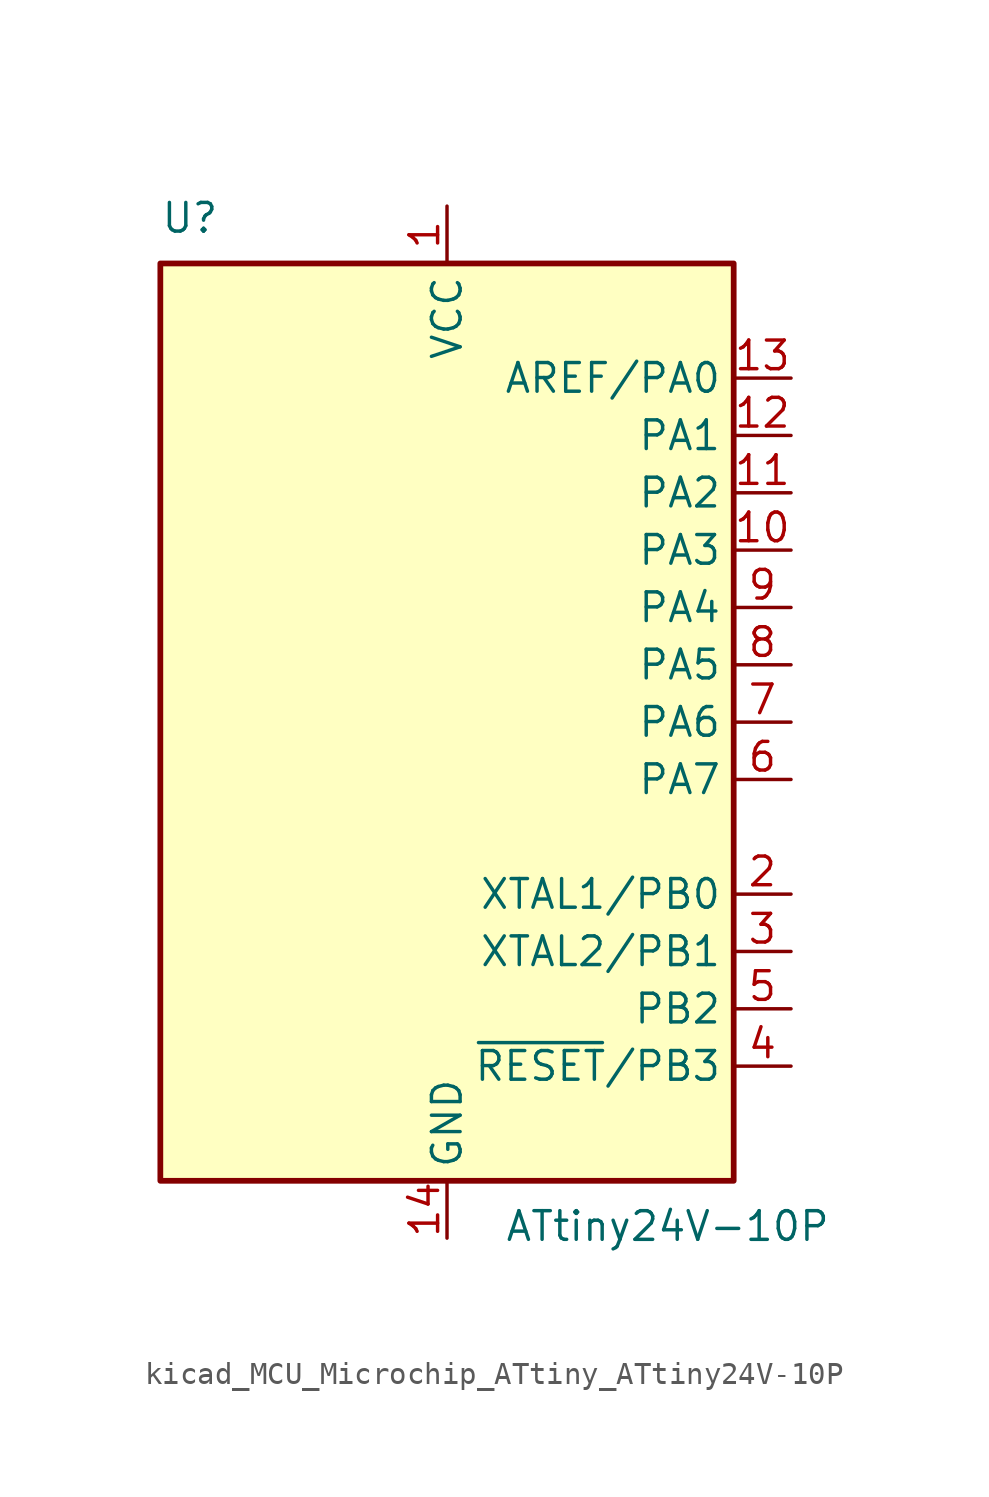
<source format=kicad_sym>
(kicad_symbol_lib
  (version 20220914)
  (generator kicad_symbol_editor)
  (symbol "kicad_MCU_Microchip_ATtiny_ATtiny24V-10P"
    (property "Reference" "U"
      (at -12.7 21.59 0)
      (effects (font (size 1.27 1.27)) (justify left bottom)))
    (property "Value" "ATtiny24V-10P"
      (at 2.54 -21.59 0)
      (effects (font (size 1.27 1.27)) (justify left top)))
    (symbol "kicad_MCU_Microchip_ATtiny_ATtiny24V-10P_0_1"
      (rectangle (start -12.7 -20.32) (end 12.7 20.32) (stroke (width 0.254) (type default)) (fill (type background))))
    (symbol "kicad_MCU_Microchip_ATtiny_ATtiny24V-10P_1_1"
      (pin power_in line (at 0 22.86 270) (length 2.54) (name "VCC" (effects (font (size 1.27 1.27)))) (number "1" (effects (font (size 1.27 1.27)))))
      (pin bidirectional line (at 15.24 7.62 180) (length 2.54) (name "PA3" (effects (font (size 1.27 1.27)))) (number "10" (effects (font (size 1.27 1.27)))))
      (pin bidirectional line (at 15.24 10.16 180) (length 2.54) (name "PA2" (effects (font (size 1.27 1.27)))) (number "11" (effects (font (size 1.27 1.27)))))
      (pin bidirectional line (at 15.24 12.7 180) (length 2.54) (name "PA1" (effects (font (size 1.27 1.27)))) (number "12" (effects (font (size 1.27 1.27)))))
      (pin bidirectional line (at 15.24 15.24 180) (length 2.54) (name "AREF/PA0" (effects (font (size 1.27 1.27)))) (number "13" (effects (font (size 1.27 1.27)))))
      (pin power_in line (at 0 -22.86 90) (length 2.54) (name "GND" (effects (font (size 1.27 1.27)))) (number "14" (effects (font (size 1.27 1.27)))))
      (pin bidirectional line (at 15.24 -7.62 180) (length 2.54) (name "XTAL1/PB0" (effects (font (size 1.27 1.27)))) (number "2" (effects (font (size 1.27 1.27)))))
      (pin bidirectional line (at 15.24 -10.16 180) (length 2.54) (name "XTAL2/PB1" (effects (font (size 1.27 1.27)))) (number "3" (effects (font (size 1.27 1.27)))))
      (pin bidirectional line (at 15.24 -15.24 180) (length 2.54) (name "~{RESET}/PB3" (effects (font (size 1.27 1.27)))) (number "4" (effects (font (size 1.27 1.27)))))
      (pin bidirectional line (at 15.24 -12.7 180) (length 2.54) (name "PB2" (effects (font (size 1.27 1.27)))) (number "5" (effects (font (size 1.27 1.27)))))
      (pin bidirectional line (at 15.24 -2.54 180) (length 2.54) (name "PA7" (effects (font (size 1.27 1.27)))) (number "6" (effects (font (size 1.27 1.27)))))
      (pin bidirectional line (at 15.24 0 180) (length 2.54) (name "PA6" (effects (font (size 1.27 1.27)))) (number "7" (effects (font (size 1.27 1.27)))))
      (pin bidirectional line (at 15.24 2.54 180) (length 2.54) (name "PA5" (effects (font (size 1.27 1.27)))) (number "8" (effects (font (size 1.27 1.27)))))
      (pin bidirectional line (at 15.24 5.08 180) (length 2.54) (name "PA4" (effects (font (size 1.27 1.27)))) (number "9" (effects (font (size 1.27 1.27))))))))
</source>
